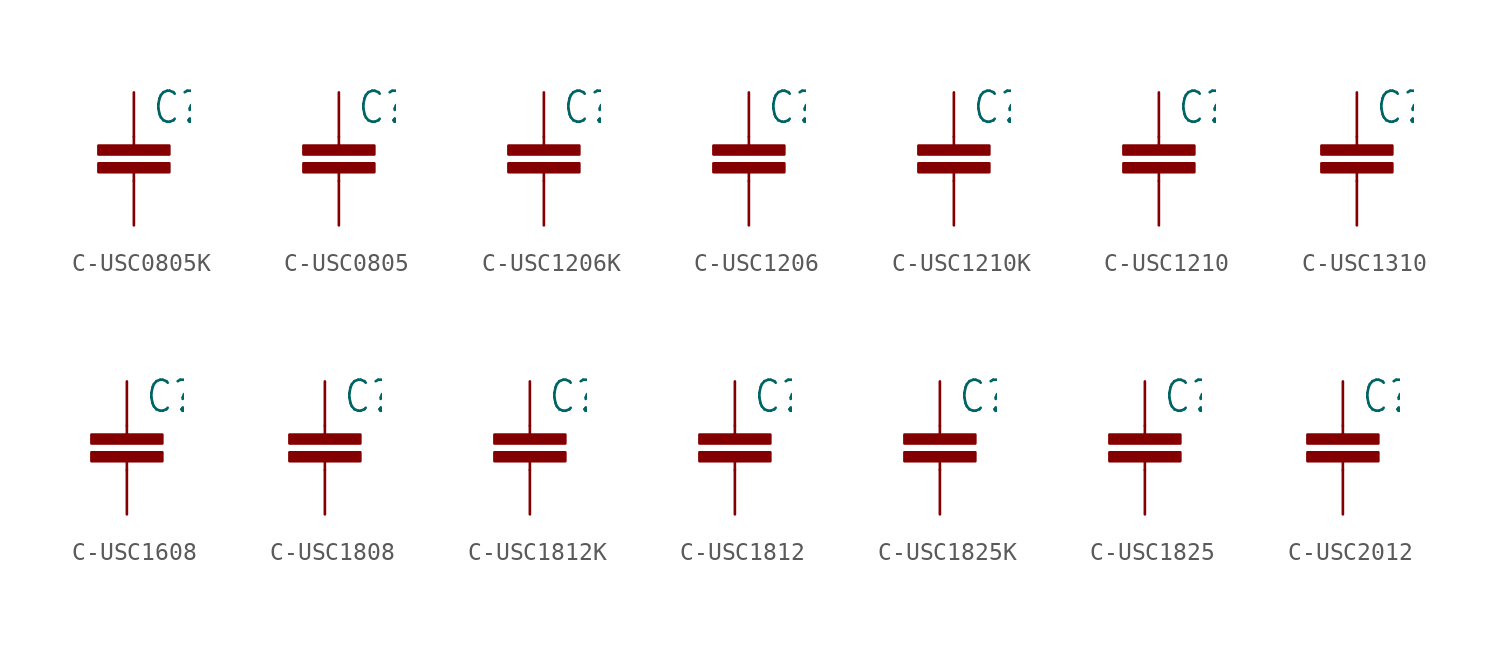
<source format=kicad_sym>
(kicad_symbol_lib
  (version 20231120)
  (generator "kicad_symbol_editor")
  (generator_version "8.99")
  (symbol "C-USC0805K"
    (property "Reference" "C"
      (at 1.016 0.635 0)
      (effects (font (size 1.778 1.511)) (justify left bottom)))
    (property "Value" ""
      (at 1.016 -4.191 0)
      (effects (font (size 1.778 1.511)) (justify left bottom)))
    (property "ki_locked" ""
      (at 0 0 0)
      (effects (font (size 1.27 1.27))))
    (symbol "C-USC0805K_1_0"
      (rectangle (start -2.032 -2.032) (end 2.032 -1.524) (stroke (width 0) (type default)) (fill (type outline)))
      (rectangle (start -2.032 -1.016) (end 2.032 -0.508) (stroke (width 0) (type default)) (fill (type outline)))
      (polyline (pts (xy 0 -2.54) (xy 0 -2.032)) (stroke (width 0.152) (type solid)) (fill (type none)))
      (polyline (pts (xy 0 0) (xy 0 -0.508)) (stroke (width 0.152) (type solid)) (fill (type none)))
      (pin passive line (at 0 2.54 270) (length 2.54) (name "1" (effects (font (size 0 0)))) (number "1" (effects (font (size 0 0)))))
      (pin passive line (at 0 -5.08 90) (length 2.54) (name "2" (effects (font (size 0 0)))) (number "2" (effects (font (size 0 0)))))))
  (symbol "C-USC0805"
    (property "Reference" "C"
      (at 1.016 0.635 0)
      (effects (font (size 1.778 1.511)) (justify left bottom)))
    (property "Value" ""
      (at 1.016 -4.191 0)
      (effects (font (size 1.778 1.511)) (justify left bottom)))
    (property "ki_locked" ""
      (at 0 0 0)
      (effects (font (size 1.27 1.27))))
    (symbol "C-USC0805_1_0"
      (rectangle (start -2.032 -2.032) (end 2.032 -1.524) (stroke (width 0) (type default)) (fill (type outline)))
      (rectangle (start -2.032 -1.016) (end 2.032 -0.508) (stroke (width 0) (type default)) (fill (type outline)))
      (polyline (pts (xy 0 -2.54) (xy 0 -2.032)) (stroke (width 0.152) (type solid)) (fill (type none)))
      (polyline (pts (xy 0 0) (xy 0 -0.508)) (stroke (width 0.152) (type solid)) (fill (type none)))
      (pin passive line (at 0 2.54 270) (length 2.54) (name "1" (effects (font (size 0 0)))) (number "1" (effects (font (size 0 0)))))
      (pin passive line (at 0 -5.08 90) (length 2.54) (name "2" (effects (font (size 0 0)))) (number "2" (effects (font (size 0 0)))))))
  (symbol "C-USC1206K"
    (property "Reference" "C"
      (at 1.016 0.635 0)
      (effects (font (size 1.778 1.511)) (justify left bottom)))
    (property "Value" ""
      (at 1.016 -4.191 0)
      (effects (font (size 1.778 1.511)) (justify left bottom)))
    (property "ki_locked" ""
      (at 0 0 0)
      (effects (font (size 1.27 1.27))))
    (symbol "C-USC1206K_1_0"
      (rectangle (start -2.032 -2.032) (end 2.032 -1.524) (stroke (width 0) (type default)) (fill (type outline)))
      (rectangle (start -2.032 -1.016) (end 2.032 -0.508) (stroke (width 0) (type default)) (fill (type outline)))
      (polyline (pts (xy 0 -2.54) (xy 0 -2.032)) (stroke (width 0.152) (type solid)) (fill (type none)))
      (polyline (pts (xy 0 0) (xy 0 -0.508)) (stroke (width 0.152) (type solid)) (fill (type none)))
      (pin passive line (at 0 2.54 270) (length 2.54) (name "1" (effects (font (size 0 0)))) (number "1" (effects (font (size 0 0)))))
      (pin passive line (at 0 -5.08 90) (length 2.54) (name "2" (effects (font (size 0 0)))) (number "2" (effects (font (size 0 0)))))))
  (symbol "C-USC1206"
    (property "Reference" "C"
      (at 1.016 0.635 0)
      (effects (font (size 1.778 1.511)) (justify left bottom)))
    (property "Value" ""
      (at 1.016 -4.191 0)
      (effects (font (size 1.778 1.511)) (justify left bottom)))
    (property "ki_locked" ""
      (at 0 0 0)
      (effects (font (size 1.27 1.27))))
    (symbol "C-USC1206_1_0"
      (rectangle (start -2.032 -2.032) (end 2.032 -1.524) (stroke (width 0) (type default)) (fill (type outline)))
      (rectangle (start -2.032 -1.016) (end 2.032 -0.508) (stroke (width 0) (type default)) (fill (type outline)))
      (polyline (pts (xy 0 -2.54) (xy 0 -2.032)) (stroke (width 0.152) (type solid)) (fill (type none)))
      (polyline (pts (xy 0 0) (xy 0 -0.508)) (stroke (width 0.152) (type solid)) (fill (type none)))
      (pin passive line (at 0 2.54 270) (length 2.54) (name "1" (effects (font (size 0 0)))) (number "1" (effects (font (size 0 0)))))
      (pin passive line (at 0 -5.08 90) (length 2.54) (name "2" (effects (font (size 0 0)))) (number "2" (effects (font (size 0 0)))))))
  (symbol "C-USC1210K"
    (property "Reference" "C"
      (at 1.016 0.635 0)
      (effects (font (size 1.778 1.511)) (justify left bottom)))
    (property "Value" ""
      (at 1.016 -4.191 0)
      (effects (font (size 1.778 1.511)) (justify left bottom)))
    (property "ki_locked" ""
      (at 0 0 0)
      (effects (font (size 1.27 1.27))))
    (symbol "C-USC1210K_1_0"
      (rectangle (start -2.032 -2.032) (end 2.032 -1.524) (stroke (width 0) (type default)) (fill (type outline)))
      (rectangle (start -2.032 -1.016) (end 2.032 -0.508) (stroke (width 0) (type default)) (fill (type outline)))
      (polyline (pts (xy 0 -2.54) (xy 0 -2.032)) (stroke (width 0.152) (type solid)) (fill (type none)))
      (polyline (pts (xy 0 0) (xy 0 -0.508)) (stroke (width 0.152) (type solid)) (fill (type none)))
      (pin passive line (at 0 2.54 270) (length 2.54) (name "1" (effects (font (size 0 0)))) (number "1" (effects (font (size 0 0)))))
      (pin passive line (at 0 -5.08 90) (length 2.54) (name "2" (effects (font (size 0 0)))) (number "2" (effects (font (size 0 0)))))))
  (symbol "C-USC1210"
    (property "Reference" "C"
      (at 1.016 0.635 0)
      (effects (font (size 1.778 1.511)) (justify left bottom)))
    (property "Value" ""
      (at 1.016 -4.191 0)
      (effects (font (size 1.778 1.511)) (justify left bottom)))
    (property "ki_locked" ""
      (at 0 0 0)
      (effects (font (size 1.27 1.27))))
    (symbol "C-USC1210_1_0"
      (rectangle (start -2.032 -2.032) (end 2.032 -1.524) (stroke (width 0) (type default)) (fill (type outline)))
      (rectangle (start -2.032 -1.016) (end 2.032 -0.508) (stroke (width 0) (type default)) (fill (type outline)))
      (polyline (pts (xy 0 -2.54) (xy 0 -2.032)) (stroke (width 0.152) (type solid)) (fill (type none)))
      (polyline (pts (xy 0 0) (xy 0 -0.508)) (stroke (width 0.152) (type solid)) (fill (type none)))
      (pin passive line (at 0 2.54 270) (length 2.54) (name "1" (effects (font (size 0 0)))) (number "1" (effects (font (size 0 0)))))
      (pin passive line (at 0 -5.08 90) (length 2.54) (name "2" (effects (font (size 0 0)))) (number "2" (effects (font (size 0 0)))))))
  (symbol "C-USC1310"
    (property "Reference" "C"
      (at 1.016 0.635 0)
      (effects (font (size 1.778 1.511)) (justify left bottom)))
    (property "Value" ""
      (at 1.016 -4.191 0)
      (effects (font (size 1.778 1.511)) (justify left bottom)))
    (property "ki_locked" ""
      (at 0 0 0)
      (effects (font (size 1.27 1.27))))
    (symbol "C-USC1310_1_0"
      (rectangle (start -2.032 -2.032) (end 2.032 -1.524) (stroke (width 0) (type default)) (fill (type outline)))
      (rectangle (start -2.032 -1.016) (end 2.032 -0.508) (stroke (width 0) (type default)) (fill (type outline)))
      (polyline (pts (xy 0 -2.54) (xy 0 -2.032)) (stroke (width 0.152) (type solid)) (fill (type none)))
      (polyline (pts (xy 0 0) (xy 0 -0.508)) (stroke (width 0.152) (type solid)) (fill (type none)))
      (pin passive line (at 0 2.54 270) (length 2.54) (name "1" (effects (font (size 0 0)))) (number "1" (effects (font (size 0 0)))))
      (pin passive line (at 0 -5.08 90) (length 2.54) (name "2" (effects (font (size 0 0)))) (number "2" (effects (font (size 0 0)))))))
  (symbol "C-USC1608"
    (property "Reference" "C"
      (at 1.016 0.635 0)
      (effects (font (size 1.778 1.511)) (justify left bottom)))
    (property "Value" ""
      (at 1.016 -4.191 0)
      (effects (font (size 1.778 1.511)) (justify left bottom)))
    (property "ki_locked" ""
      (at 0 0 0)
      (effects (font (size 1.27 1.27))))
    (symbol "C-USC1608_1_0"
      (rectangle (start -2.032 -2.032) (end 2.032 -1.524) (stroke (width 0) (type default)) (fill (type outline)))
      (rectangle (start -2.032 -1.016) (end 2.032 -0.508) (stroke (width 0) (type default)) (fill (type outline)))
      (polyline (pts (xy 0 -2.54) (xy 0 -2.032)) (stroke (width 0.152) (type solid)) (fill (type none)))
      (polyline (pts (xy 0 0) (xy 0 -0.508)) (stroke (width 0.152) (type solid)) (fill (type none)))
      (pin passive line (at 0 2.54 270) (length 2.54) (name "1" (effects (font (size 0 0)))) (number "1" (effects (font (size 0 0)))))
      (pin passive line (at 0 -5.08 90) (length 2.54) (name "2" (effects (font (size 0 0)))) (number "2" (effects (font (size 0 0)))))))
  (symbol "C-USC1808"
    (property "Reference" "C"
      (at 1.016 0.635 0)
      (effects (font (size 1.778 1.511)) (justify left bottom)))
    (property "Value" ""
      (at 1.016 -4.191 0)
      (effects (font (size 1.778 1.511)) (justify left bottom)))
    (property "ki_locked" ""
      (at 0 0 0)
      (effects (font (size 1.27 1.27))))
    (symbol "C-USC1808_1_0"
      (rectangle (start -2.032 -2.032) (end 2.032 -1.524) (stroke (width 0) (type default)) (fill (type outline)))
      (rectangle (start -2.032 -1.016) (end 2.032 -0.508) (stroke (width 0) (type default)) (fill (type outline)))
      (polyline (pts (xy 0 -2.54) (xy 0 -2.032)) (stroke (width 0.152) (type solid)) (fill (type none)))
      (polyline (pts (xy 0 0) (xy 0 -0.508)) (stroke (width 0.152) (type solid)) (fill (type none)))
      (pin passive line (at 0 2.54 270) (length 2.54) (name "1" (effects (font (size 0 0)))) (number "1" (effects (font (size 0 0)))))
      (pin passive line (at 0 -5.08 90) (length 2.54) (name "2" (effects (font (size 0 0)))) (number "2" (effects (font (size 0 0)))))))
  (symbol "C-USC1812K"
    (property "Reference" "C"
      (at 1.016 0.635 0)
      (effects (font (size 1.778 1.511)) (justify left bottom)))
    (property "Value" ""
      (at 1.016 -4.191 0)
      (effects (font (size 1.778 1.511)) (justify left bottom)))
    (property "ki_locked" ""
      (at 0 0 0)
      (effects (font (size 1.27 1.27))))
    (symbol "C-USC1812K_1_0"
      (rectangle (start -2.032 -2.032) (end 2.032 -1.524) (stroke (width 0) (type default)) (fill (type outline)))
      (rectangle (start -2.032 -1.016) (end 2.032 -0.508) (stroke (width 0) (type default)) (fill (type outline)))
      (polyline (pts (xy 0 -2.54) (xy 0 -2.032)) (stroke (width 0.152) (type solid)) (fill (type none)))
      (polyline (pts (xy 0 0) (xy 0 -0.508)) (stroke (width 0.152) (type solid)) (fill (type none)))
      (pin passive line (at 0 2.54 270) (length 2.54) (name "1" (effects (font (size 0 0)))) (number "1" (effects (font (size 0 0)))))
      (pin passive line (at 0 -5.08 90) (length 2.54) (name "2" (effects (font (size 0 0)))) (number "2" (effects (font (size 0 0)))))))
  (symbol "C-USC1812"
    (property "Reference" "C"
      (at 1.016 0.635 0)
      (effects (font (size 1.778 1.511)) (justify left bottom)))
    (property "Value" ""
      (at 1.016 -4.191 0)
      (effects (font (size 1.778 1.511)) (justify left bottom)))
    (property "ki_locked" ""
      (at 0 0 0)
      (effects (font (size 1.27 1.27))))
    (symbol "C-USC1812_1_0"
      (rectangle (start -2.032 -2.032) (end 2.032 -1.524) (stroke (width 0) (type default)) (fill (type outline)))
      (rectangle (start -2.032 -1.016) (end 2.032 -0.508) (stroke (width 0) (type default)) (fill (type outline)))
      (polyline (pts (xy 0 -2.54) (xy 0 -2.032)) (stroke (width 0.152) (type solid)) (fill (type none)))
      (polyline (pts (xy 0 0) (xy 0 -0.508)) (stroke (width 0.152) (type solid)) (fill (type none)))
      (pin passive line (at 0 2.54 270) (length 2.54) (name "1" (effects (font (size 0 0)))) (number "1" (effects (font (size 0 0)))))
      (pin passive line (at 0 -5.08 90) (length 2.54) (name "2" (effects (font (size 0 0)))) (number "2" (effects (font (size 0 0)))))))
  (symbol "C-USC1825K"
    (property "Reference" "C"
      (at 1.016 0.635 0)
      (effects (font (size 1.778 1.511)) (justify left bottom)))
    (property "Value" ""
      (at 1.016 -4.191 0)
      (effects (font (size 1.778 1.511)) (justify left bottom)))
    (property "ki_locked" ""
      (at 0 0 0)
      (effects (font (size 1.27 1.27))))
    (symbol "C-USC1825K_1_0"
      (rectangle (start -2.032 -2.032) (end 2.032 -1.524) (stroke (width 0) (type default)) (fill (type outline)))
      (rectangle (start -2.032 -1.016) (end 2.032 -0.508) (stroke (width 0) (type default)) (fill (type outline)))
      (polyline (pts (xy 0 -2.54) (xy 0 -2.032)) (stroke (width 0.152) (type solid)) (fill (type none)))
      (polyline (pts (xy 0 0) (xy 0 -0.508)) (stroke (width 0.152) (type solid)) (fill (type none)))
      (pin passive line (at 0 2.54 270) (length 2.54) (name "1" (effects (font (size 0 0)))) (number "1" (effects (font (size 0 0)))))
      (pin passive line (at 0 -5.08 90) (length 2.54) (name "2" (effects (font (size 0 0)))) (number "2" (effects (font (size 0 0)))))))
  (symbol "C-USC1825"
    (property "Reference" "C"
      (at 1.016 0.635 0)
      (effects (font (size 1.778 1.511)) (justify left bottom)))
    (property "Value" ""
      (at 1.016 -4.191 0)
      (effects (font (size 1.778 1.511)) (justify left bottom)))
    (property "ki_locked" ""
      (at 0 0 0)
      (effects (font (size 1.27 1.27))))
    (symbol "C-USC1825_1_0"
      (rectangle (start -2.032 -2.032) (end 2.032 -1.524) (stroke (width 0) (type default)) (fill (type outline)))
      (rectangle (start -2.032 -1.016) (end 2.032 -0.508) (stroke (width 0) (type default)) (fill (type outline)))
      (polyline (pts (xy 0 -2.54) (xy 0 -2.032)) (stroke (width 0.152) (type solid)) (fill (type none)))
      (polyline (pts (xy 0 0) (xy 0 -0.508)) (stroke (width 0.152) (type solid)) (fill (type none)))
      (pin passive line (at 0 2.54 270) (length 2.54) (name "1" (effects (font (size 0 0)))) (number "1" (effects (font (size 0 0)))))
      (pin passive line (at 0 -5.08 90) (length 2.54) (name "2" (effects (font (size 0 0)))) (number "2" (effects (font (size 0 0)))))))
  (symbol "C-USC2012"
    (property "Reference" "C"
      (at 1.016 0.635 0)
      (effects (font (size 1.778 1.511)) (justify left bottom)))
    (property "Value" ""
      (at 1.016 -4.191 0)
      (effects (font (size 1.778 1.511)) (justify left bottom)))
    (property "ki_locked" ""
      (at 0 0 0)
      (effects (font (size 1.27 1.27))))
    (symbol "C-USC2012_1_0"
      (rectangle (start -2.032 -2.032) (end 2.032 -1.524) (stroke (width 0) (type default)) (fill (type outline)))
      (rectangle (start -2.032 -1.016) (end 2.032 -0.508) (stroke (width 0) (type default)) (fill (type outline)))
      (polyline (pts (xy 0 -2.54) (xy 0 -2.032)) (stroke (width 0.152) (type solid)) (fill (type none)))
      (polyline (pts (xy 0 0) (xy 0 -0.508)) (stroke (width 0.152) (type solid)) (fill (type none)))
      (pin passive line (at 0 2.54 270) (length 2.54) (name "1" (effects (font (size 0 0)))) (number "1" (effects (font (size 0 0)))))
      (pin passive line (at 0 -5.08 90) (length 2.54) (name "2" (effects (font (size 0 0)))) (number "2" (effects (font (size 0 0))))))))
</source>
